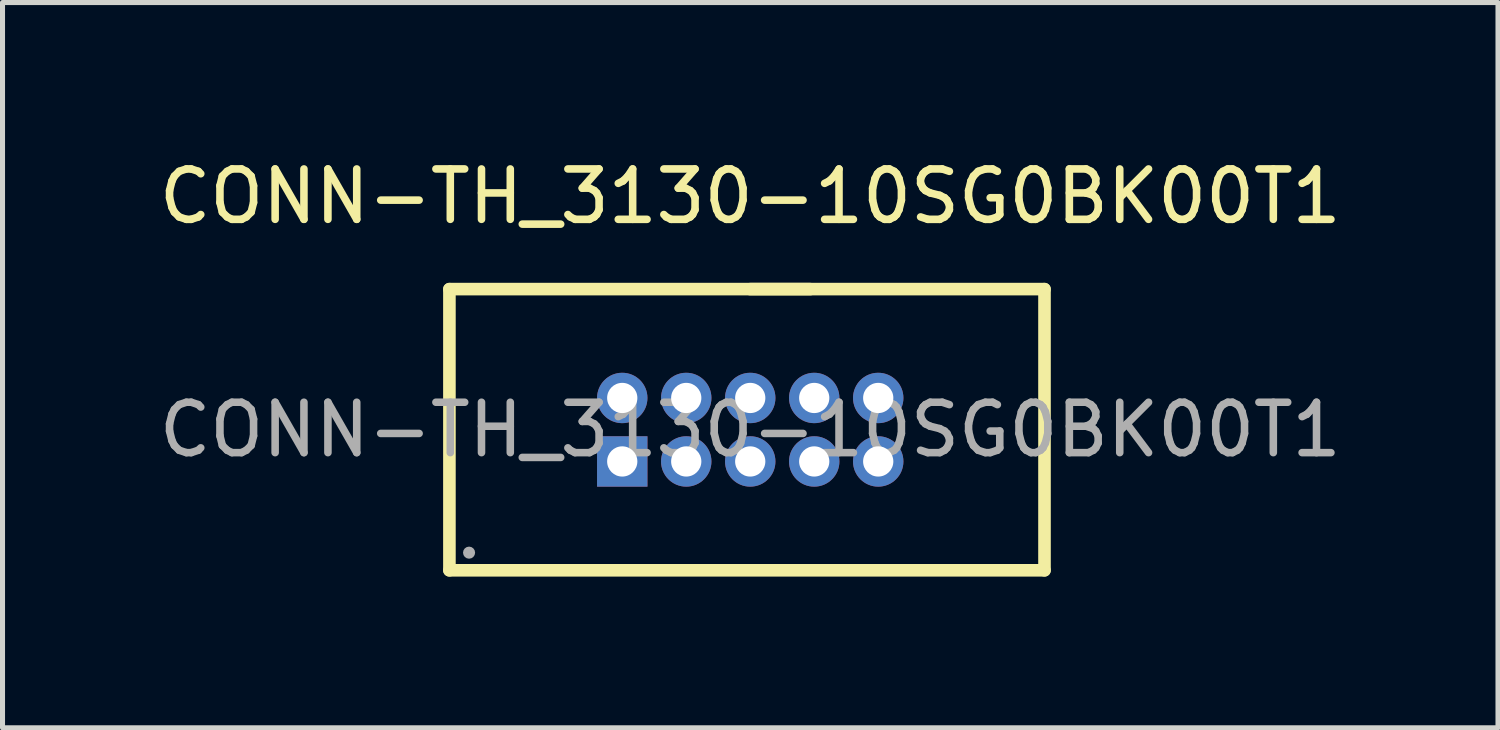
<source format=kicad_pcb>
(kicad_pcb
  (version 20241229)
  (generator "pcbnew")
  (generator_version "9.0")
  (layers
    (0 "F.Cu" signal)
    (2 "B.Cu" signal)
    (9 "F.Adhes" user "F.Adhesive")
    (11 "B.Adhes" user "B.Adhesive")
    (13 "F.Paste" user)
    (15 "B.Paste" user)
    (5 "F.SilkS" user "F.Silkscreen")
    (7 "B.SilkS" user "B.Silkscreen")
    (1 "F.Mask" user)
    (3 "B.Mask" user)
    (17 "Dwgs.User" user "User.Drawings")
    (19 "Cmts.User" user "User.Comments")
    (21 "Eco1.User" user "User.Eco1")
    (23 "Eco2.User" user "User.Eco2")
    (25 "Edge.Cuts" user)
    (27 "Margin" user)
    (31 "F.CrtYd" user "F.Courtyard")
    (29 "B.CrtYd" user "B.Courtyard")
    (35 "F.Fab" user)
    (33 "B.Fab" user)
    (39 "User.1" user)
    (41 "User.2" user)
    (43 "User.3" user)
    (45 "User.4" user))
  (footprint "CONN-TH_3130-10SG0BK00T1"
    (layer "F.Cu")
    (at 11.839 5.478)
    (property "Reference" "CONN-TH_3130-10SG0BK00T1" (at 0 -4.63 0) (layer "F.SilkS") (effects (font (size 1 1) (thickness 0.15))))
    (attr through_hole)
    (fp_line (start -5.97 -2.79) (end 1.19 -2.79) (stroke (width 0.25) (type solid)) (layer "F.SilkS"))
    (fp_line (start -5.97 2.79) (end -5.97 -2.79) (stroke (width 0.25) (type solid)) (layer "F.SilkS"))
    (fp_line (start 0 -2.79) (end 5.84 -2.79) (stroke (width 0.25) (type solid)) (layer "F.SilkS"))
    (fp_line (start 5.84 -2.79) (end 5.84 2.79) (stroke (width 0.25) (type solid)) (layer "F.SilkS"))
    (fp_line (start 5.84 2.79) (end -5.97 2.79) (stroke (width 0.25) (type solid)) (layer "F.SilkS"))
    (fp_circle (center -5.58 2.44) (end -5.52 2.44) (stroke (width 0.12) (type solid)) (fill no) (layer "F.Fab"))
    (fp_circle (center -2.54 -0.63) (end -2.44 -0.63) (stroke (width 0.2) (type solid)) (fill no) (layer "F.Fab"))
    (fp_circle (center -2.54 0.63) (end -2.44 0.63) (stroke (width 0.2) (type solid)) (fill no) (layer "F.Fab"))
    (fp_circle (center -1.27 -0.63) (end -1.17 -0.63) (stroke (width 0.2) (type solid)) (fill no) (layer "F.Fab"))
    (fp_circle (center -1.27 0.63) (end -1.17 0.63) (stroke (width 0.2) (type solid)) (fill no) (layer "F.Fab"))
    (fp_circle (center 0 -0.63) (end 0.1 -0.63) (stroke (width 0.2) (type solid)) (fill no) (layer "F.Fab"))
    (fp_circle (center 0 0.63) (end 0.1 0.63) (stroke (width 0.2) (type solid)) (fill no) (layer "F.Fab"))
    (fp_circle (center 1.27 -0.63) (end 1.37 -0.63) (stroke (width 0.2) (type solid)) (fill no) (layer "F.Fab"))
    (fp_circle (center 1.27 0.63) (end 1.37 0.63) (stroke (width 0.2) (type solid)) (fill no) (layer "F.Fab"))
    (fp_circle (center 2.54 -0.63) (end 2.64 -0.63) (stroke (width 0.2) (type solid)) (fill no) (layer "F.Fab"))
    (fp_circle (center 2.54 0.63) (end 2.64 0.63) (stroke (width 0.2) (type solid)) (fill no) (layer "F.Fab"))
    (fp_text user "${REFERENCE}" (at 0 0 0) (layer "F.Fab") (effects (font (size 1 1) (thickness 0.15))))
    (pad "1" thru_hole rect (at -2.54 0.63) (size 1 1) (drill 0.6) (layers "*.Cu" "*.Mask"))
    (pad "2" thru_hole circle (at -2.54 -0.63) (size 1 1) (drill 0.6) (layers "*.Cu" "*.Mask"))
    (pad "3" thru_hole circle (at -1.27 0.63) (size 1 1) (drill 0.6) (layers "*.Cu" "*.Mask"))
    (pad "4" thru_hole circle (at -1.27 -0.63) (size 1 1) (drill 0.6) (layers "*.Cu" "*.Mask"))
    (pad "5" thru_hole circle (at 0 0.63) (size 1 1) (drill 0.6) (layers "*.Cu" "*.Mask"))
    (pad "6" thru_hole circle (at 0 -0.63) (size 1 1) (drill 0.6) (layers "*.Cu" "*.Mask"))
    (pad "7" thru_hole circle (at 1.27 0.63) (size 1 1) (drill 0.6) (layers "*.Cu" "*.Mask"))
    (pad "8" thru_hole circle (at 1.27 -0.63) (size 1 1) (drill 0.6) (layers "*.Cu" "*.Mask"))
    (pad "9" thru_hole circle (at 2.54 0.63) (size 1 1) (drill 0.6) (layers "*.Cu" "*.Mask"))
    (pad "10" thru_hole circle (at 2.54 -0.63) (size 1 1) (drill 0.6) (layers "*.Cu" "*.Mask")))
  (gr_rect
    (start -3 -3)
    (end 26.679 11.393)
    (stroke (width 0.1) (type default))
    (fill no)
    (layer "Edge.Cuts")))
</source>
